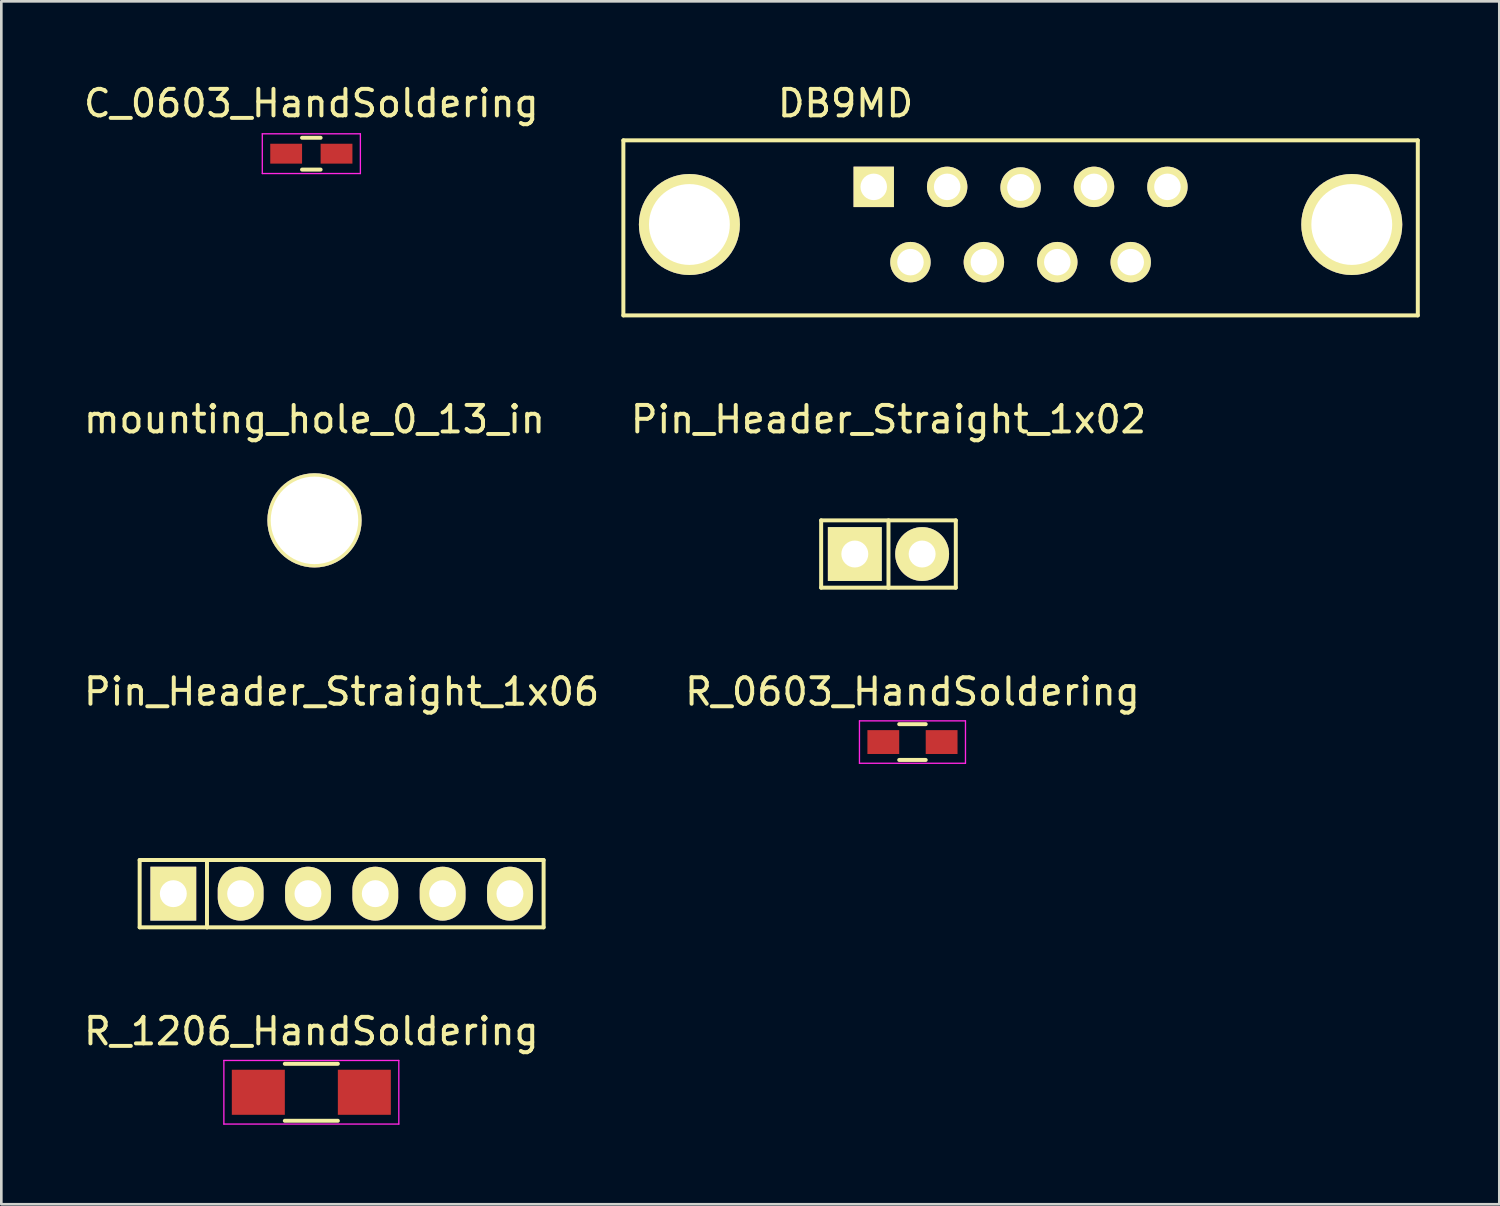
<source format=kicad_pcb>
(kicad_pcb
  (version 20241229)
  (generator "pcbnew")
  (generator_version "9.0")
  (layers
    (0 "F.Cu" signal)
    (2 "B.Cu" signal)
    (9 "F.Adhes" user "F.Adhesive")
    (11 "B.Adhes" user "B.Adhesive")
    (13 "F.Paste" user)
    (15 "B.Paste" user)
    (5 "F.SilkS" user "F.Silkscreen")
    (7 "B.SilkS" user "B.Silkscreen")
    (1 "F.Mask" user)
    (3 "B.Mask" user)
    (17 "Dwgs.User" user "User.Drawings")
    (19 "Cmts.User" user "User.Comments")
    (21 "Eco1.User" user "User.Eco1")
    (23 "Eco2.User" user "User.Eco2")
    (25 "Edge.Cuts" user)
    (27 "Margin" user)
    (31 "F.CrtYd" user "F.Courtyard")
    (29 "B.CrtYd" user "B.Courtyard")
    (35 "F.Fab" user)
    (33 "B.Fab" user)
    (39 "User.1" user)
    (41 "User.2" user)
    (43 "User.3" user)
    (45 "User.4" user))
  (footprint "DB9MD"
    (layer "F.Cu")
    (at 35.454 5.42)
    (property "Reference" "DB9MD" (at -6.604 -4.572 0) (layer "F.SilkS") (effects (font (size 1 1) (thickness 0.15))))
    (attr through_hole)
    (fp_line (start -14.986 -3.175) (end -14.986 3.429) (stroke (width 0.15) (type solid)) (layer "F.SilkS"))
    (fp_line (start -14.986 3.429) (end 14.986 3.429) (stroke (width 0.15) (type solid)) (layer "F.SilkS"))
    (fp_line (start 14.986 -3.175) (end -14.986 -3.175) (stroke (width 0.15) (type solid)) (layer "F.SilkS"))
    (fp_line (start 14.986 3.429) (end 14.986 -3.175) (stroke (width 0.15) (type solid)) (layer "F.SilkS"))
    (pad "0" thru_hole circle (at -12.495 0) (size 3.81 3.81) (drill 3.05) (layers "*.Cu" "*.Mask" "F.SilkS"))
    (pad "0" thru_hole circle (at 12.495 0) (size 3.81 3.81) (drill 3.05) (layers "*.Cu" "*.Mask" "F.SilkS"))
    (pad "1" thru_hole rect (at -5.54 -1.42) (size 1.524 1.524) (drill 1) (layers "*.Cu" "*.Mask" "F.SilkS"))
    (pad "2" thru_hole circle (at -2.77 -1.42) (size 1.524 1.524) (drill 1) (layers "*.Cu" "*.Mask" "F.SilkS"))
    (pad "3" thru_hole circle (at 0 -1.397) (size 1.524 1.524) (drill 1.016) (layers "*.Cu" "*.Mask" "F.SilkS"))
    (pad "4" thru_hole circle (at 2.77 -1.42) (size 1.524 1.524) (drill 1) (layers "*.Cu" "*.Mask" "F.SilkS"))
    (pad "5" thru_hole circle (at 5.54 -1.42) (size 1.524 1.524) (drill 1) (layers "*.Cu" "*.Mask" "F.SilkS"))
    (pad "6" thru_hole circle (at -4.155 1.42) (size 1.524 1.524) (drill 1) (layers "*.Cu" "*.Mask" "F.SilkS"))
    (pad "7" thru_hole circle (at -1.385 1.42) (size 1.524 1.524) (drill 1) (layers "*.Cu" "*.Mask" "F.SilkS"))
    (pad "8" thru_hole circle (at 1.385 1.42) (size 1.524 1.524) (drill 1) (layers "*.Cu" "*.Mask" "F.SilkS"))
    (pad "9" thru_hole circle (at 4.155 1.42) (size 1.524 1.524) (drill 1) (layers "*.Cu" "*.Mask" "F.SilkS")))
  (footprint "Pin_Header_Straight_1x06"
    (layer "F.Cu")
    (at 9.839 30.666)
    (property "Reference" "Pin_Header_Straight_1x06" (at 0 -7.62 0) (layer "F.SilkS") (effects (font (size 1 1) (thickness 0.15))))
    (attr through_hole)
    (fp_line (start -7.62 -1.27) (end -7.62 1.27) (stroke (width 0.15) (type solid)) (layer "F.SilkS"))
    (fp_line (start -7.62 -1.27) (end -5.08 -1.27) (stroke (width 0.15) (type solid)) (layer "F.SilkS"))
    (fp_line (start -7.62 1.27) (end -5.08 1.27) (stroke (width 0.15) (type solid)) (layer "F.SilkS"))
    (fp_line (start -5.08 -1.27) (end -5.08 1.27) (stroke (width 0.15) (type solid)) (layer "F.SilkS"))
    (fp_line (start -5.08 -1.27) (end 7.62 -1.27) (stroke (width 0.15) (type solid)) (layer "F.SilkS"))
    (fp_line (start 7.62 -1.27) (end 7.62 1.27) (stroke (width 0.15) (type solid)) (layer "F.SilkS"))
    (fp_line (start 7.62 1.27) (end -5.08 1.27) (stroke (width 0.15) (type solid)) (layer "F.SilkS"))
    (pad "1" thru_hole rect (at -6.35 0) (size 1.727 2.032) (drill 1.016) (layers "*.Cu" "*.Mask" "F.SilkS"))
    (pad "2" thru_hole oval (at -3.81 0) (size 1.727 2.032) (drill 1.016) (layers "*.Cu" "*.Mask" "F.SilkS"))
    (pad "3" thru_hole oval (at -1.27 0) (size 1.727 2.032) (drill 1.016) (layers "*.Cu" "*.Mask" "F.SilkS"))
    (pad "4" thru_hole oval (at 1.27 0) (size 1.727 2.032) (drill 1.016) (layers "*.Cu" "*.Mask" "F.SilkS"))
    (pad "5" thru_hole oval (at 3.81 0) (size 1.727 2.032) (drill 1.016) (layers "*.Cu" "*.Mask" "F.SilkS"))
    (pad "6" thru_hole oval (at 6.35 0) (size 1.727 2.032) (drill 1.016) (layers "*.Cu" "*.Mask" "F.SilkS")))
  (footprint "Pin_Header_Straight_1x02"
    (layer "F.Cu")
    (at 30.47 17.852)
    (property "Reference" "Pin_Header_Straight_1x02" (at 0 -5.08 0) (layer "F.SilkS") (effects (font (size 1 1) (thickness 0.15))))
    (attr through_hole)
    (fp_line (start -2.54 -1.27) (end -2.54 1.27) (stroke (width 0.15) (type solid)) (layer "F.SilkS"))
    (fp_line (start -2.54 1.27) (end 0 1.27) (stroke (width 0.15) (type solid)) (layer "F.SilkS"))
    (fp_line (start 0 -1.27) (end 0 1.27) (stroke (width 0.15) (type solid)) (layer "F.SilkS"))
    (fp_line (start 0 1.27) (end 2.54 1.27) (stroke (width 0.15) (type solid)) (layer "F.SilkS"))
    (fp_line (start 2.54 -1.27) (end -2.54 -1.27) (stroke (width 0.15) (type solid)) (layer "F.SilkS"))
    (fp_line (start 2.54 1.27) (end 2.54 -1.27) (stroke (width 0.15) (type solid)) (layer "F.SilkS"))
    (pad "1" thru_hole rect (at -1.27 0) (size 2.032 2.032) (drill 1.016) (layers "*.Cu" "*.Mask" "F.SilkS"))
    (pad "2" thru_hole oval (at 1.27 0) (size 2.032 2.032) (drill 1.016) (layers "*.Cu" "*.Mask" "F.SilkS")))
  (footprint "R_0603_HandSoldering"
    (layer "F.Cu")
    (at 31.375 24.946)
    (property "Reference" "R_0603_HandSoldering" (at 0 -1.9 0) (layer "F.SilkS") (effects (font (size 1 1) (thickness 0.15))))
    (attr smd)
    (fp_line (start -0.5 -0.675) (end 0.5 -0.675) (stroke (width 0.15) (type solid)) (layer "F.SilkS"))
    (fp_line (start 0.5 0.675) (end -0.5 0.675) (stroke (width 0.15) (type solid)) (layer "F.SilkS"))
    (fp_line (start -2 -0.8) (end -2 0.8) (stroke (width 0.05) (type solid)) (layer "F.CrtYd"))
    (fp_line (start -2 -0.8) (end 2 -0.8) (stroke (width 0.05) (type solid)) (layer "F.CrtYd"))
    (fp_line (start -2 0.8) (end 2 0.8) (stroke (width 0.05) (type solid)) (layer "F.CrtYd"))
    (fp_line (start 2 -0.8) (end 2 0.8) (stroke (width 0.05) (type solid)) (layer "F.CrtYd"))
    (pad "1" smd rect (at -1.1 0) (size 1.2 0.9) (layers "F.Cu" "F.Mask" "F.Paste"))
    (pad "2" smd rect (at 1.1 0) (size 1.2 0.9) (layers "F.Cu" "F.Mask" "F.Paste")))
  (footprint "mounting_hole_0_13_in"
    (layer "F.Cu")
    (at 8.815 16.582)
    (property "Reference" "mounting_hole_0_13_in" (at 0 -3.81 0) (layer "F.SilkS") (effects (font (size 1 1) (thickness 0.15))))
    (attr through_hole)
    (pad "1" thru_hole circle (at 0 0) (size 3.556 3.556) (drill 3.302) (layers "*.Cu" "*.Mask" "F.SilkS")))
  (footprint "C_0603_HandSoldering"
    (layer "F.Cu")
    (at 8.696 2.748)
    (property "Reference" "C_0603_HandSoldering" (at 0 -1.9 0) (layer "F.SilkS") (effects (font (size 1 1) (thickness 0.15))))
    (attr smd)
    (fp_line (start -0.35 -0.6) (end 0.35 -0.6) (stroke (width 0.15) (type solid)) (layer "F.SilkS"))
    (fp_line (start 0.35 0.6) (end -0.35 0.6) (stroke (width 0.15) (type solid)) (layer "F.SilkS"))
    (fp_line (start -1.85 -0.75) (end -1.85 0.75) (stroke (width 0.05) (type solid)) (layer "F.CrtYd"))
    (fp_line (start -1.85 -0.75) (end 1.85 -0.75) (stroke (width 0.05) (type solid)) (layer "F.CrtYd"))
    (fp_line (start -1.85 0.75) (end 1.85 0.75) (stroke (width 0.05) (type solid)) (layer "F.CrtYd"))
    (fp_line (start 1.85 -0.75) (end 1.85 0.75) (stroke (width 0.05) (type solid)) (layer "F.CrtYd"))
    (pad "1" smd rect (at -0.95 0) (size 1.2 0.75) (layers "F.Cu" "F.Mask" "F.Paste"))
    (pad "2" smd rect (at 0.95 0) (size 1.2 0.75) (layers "F.Cu" "F.Mask" "F.Paste")))
  (footprint "R_1206_HandSoldering"
    (layer "F.Cu")
    (at 8.696 38.159)
    (property "Reference" "R_1206_HandSoldering" (at 0 -2.3 0) (layer "F.SilkS") (effects (font (size 1 1) (thickness 0.15))))
    (attr smd)
    (fp_line (start -1 -1.075) (end 1 -1.075) (stroke (width 0.15) (type solid)) (layer "F.SilkS"))
    (fp_line (start 1 1.075) (end -1 1.075) (stroke (width 0.15) (type solid)) (layer "F.SilkS"))
    (fp_line (start -3.3 -1.2) (end -3.3 1.2) (stroke (width 0.05) (type solid)) (layer "F.CrtYd"))
    (fp_line (start -3.3 -1.2) (end 3.3 -1.2) (stroke (width 0.05) (type solid)) (layer "F.CrtYd"))
    (fp_line (start -3.3 1.2) (end 3.3 1.2) (stroke (width 0.05) (type solid)) (layer "F.CrtYd"))
    (fp_line (start 3.3 -1.2) (end 3.3 1.2) (stroke (width 0.05) (type solid)) (layer "F.CrtYd"))
    (pad "1" smd rect (at -2 0) (size 2 1.7) (layers "F.Cu" "F.Mask" "F.Paste"))
    (pad "2" smd rect (at 2 0) (size 2 1.7) (layers "F.Cu" "F.Mask" "F.Paste")))
  (gr_rect
    (start -3 -3)
    (end 53.515 42.384)
    (stroke (width 0.1) (type default))
    (fill no)
    (layer "Edge.Cuts")))
</source>
